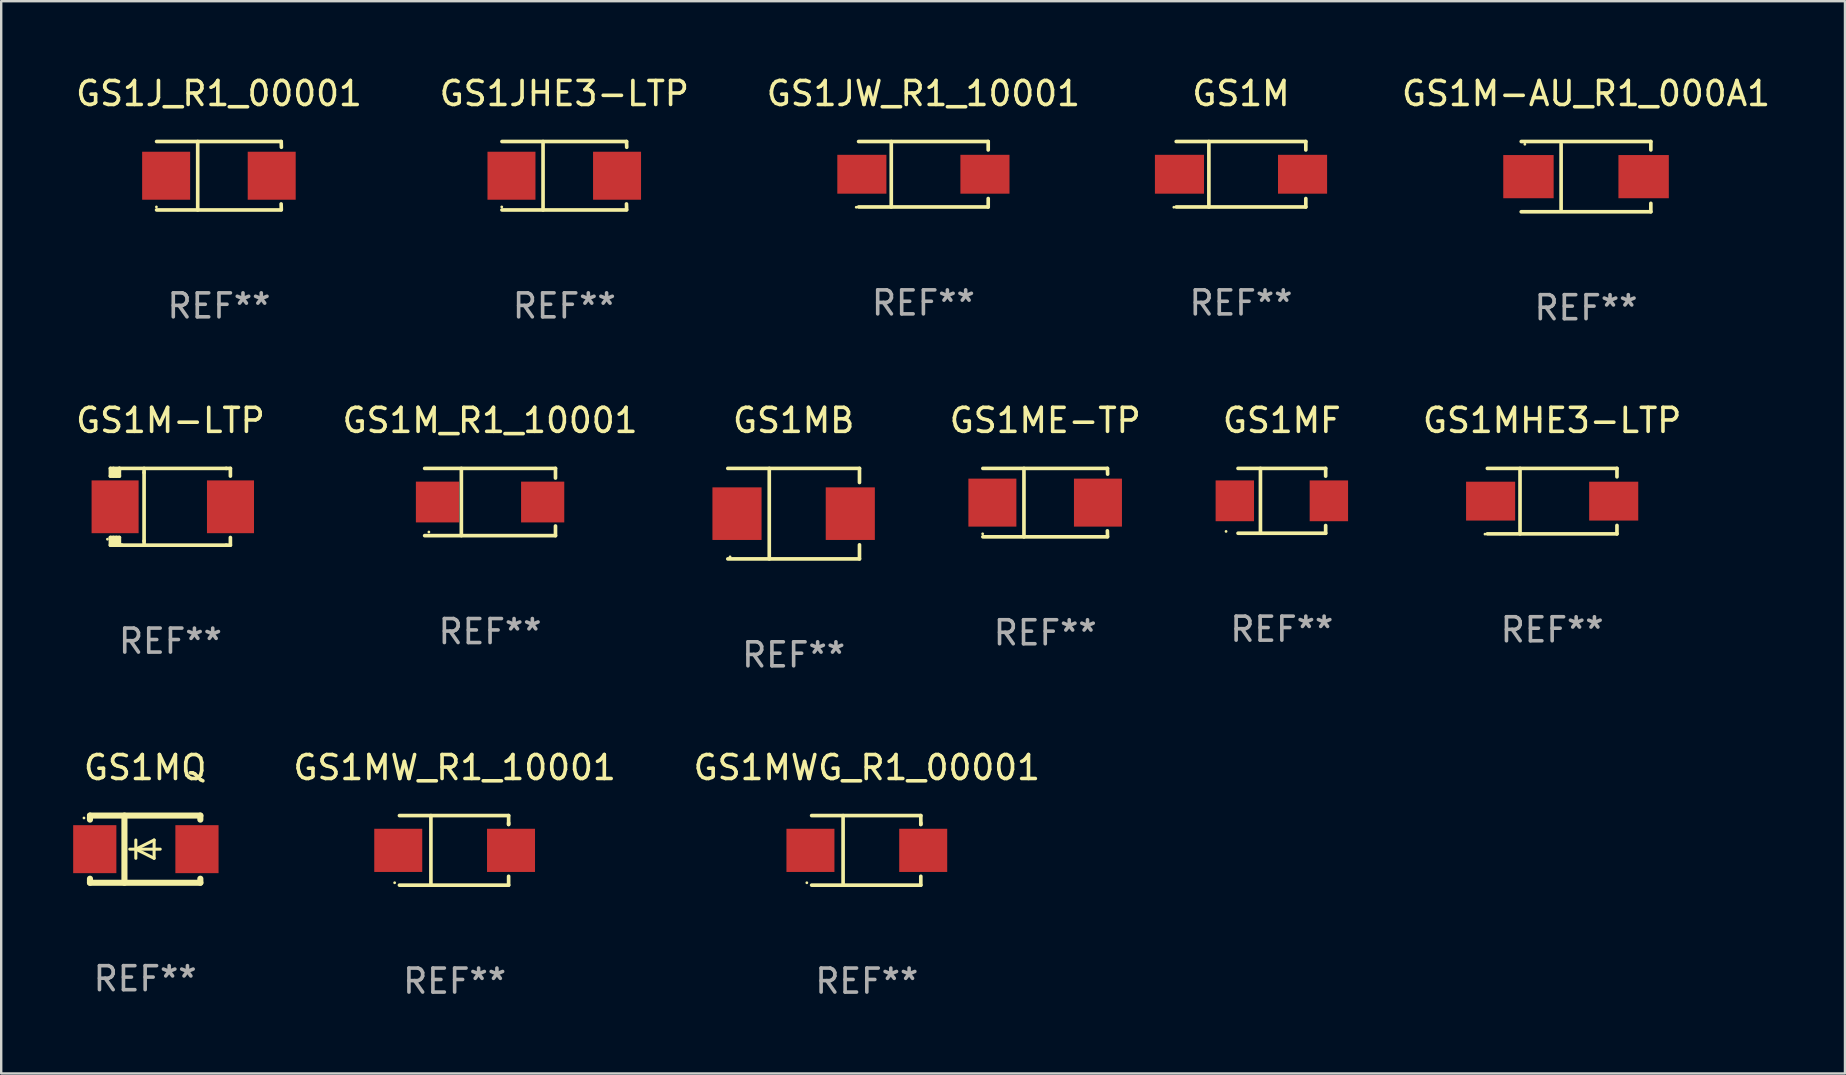
<source format=kicad_pcb>
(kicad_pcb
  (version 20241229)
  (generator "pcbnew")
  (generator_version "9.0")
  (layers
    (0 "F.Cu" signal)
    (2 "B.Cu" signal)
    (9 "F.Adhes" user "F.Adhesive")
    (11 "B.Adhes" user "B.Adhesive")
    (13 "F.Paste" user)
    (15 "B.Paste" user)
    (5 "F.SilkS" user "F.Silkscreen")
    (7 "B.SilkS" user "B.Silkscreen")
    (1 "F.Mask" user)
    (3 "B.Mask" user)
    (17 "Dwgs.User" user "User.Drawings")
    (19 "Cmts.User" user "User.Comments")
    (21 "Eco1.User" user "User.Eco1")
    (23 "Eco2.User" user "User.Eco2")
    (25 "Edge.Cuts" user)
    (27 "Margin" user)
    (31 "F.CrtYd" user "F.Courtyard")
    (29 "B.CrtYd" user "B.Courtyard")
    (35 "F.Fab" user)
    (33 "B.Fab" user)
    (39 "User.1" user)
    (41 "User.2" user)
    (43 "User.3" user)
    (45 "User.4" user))
  (footprint "GS1MF"
    (layer "F.Cu")
    (at 50.374 17.823)
    (property "Reference" "GS1MF" (at 0 -3.351 0) (layer "F.SilkS") (effects (font (size 1 1) (thickness 0.15))))
    (attr through_hole)
    (fp_line (start -1.826 -1.351) (end 1.826 -1.351) (stroke (width 0.152) (type solid)) (layer "F.SilkS"))
    (fp_line (start -1.826 1.351) (end 1.826 1.351) (stroke (width 0.152) (type solid)) (layer "F.SilkS"))
    (fp_line (start -0.892 -1.351) (end -0.892 1.351) (stroke (width 0.152) (type solid)) (layer "F.SilkS"))
    (fp_line (start 1.826 -1.351) (end 1.826 -1.03) (stroke (width 0.152) (type solid)) (layer "F.SilkS"))
    (fp_line (start 1.826 1.03) (end 1.826 1.351) (stroke (width 0.152) (type solid)) (layer "F.SilkS"))
    (fp_circle (center -2.325 1.275) (end -2.295 1.275) (stroke (width 0.06) (type solid)) (fill no) (layer "F.SilkS"))
    (fp_text user "REF**" (at 0 5.351 0) (layer "F.Fab") (effects (font (size 1 1) (thickness 0.15))))
    (pad "1" smd rect (at -1.96 0 180) (size 1.6 1.7) (layers "F.Cu" "F.Mask" "F.Paste"))
    (pad "2" smd rect (at 1.96 0 180) (size 1.6 1.7) (layers "F.Cu" "F.Mask" "F.Paste")))
  (footprint "GS1MB"
    (layer "F.Cu")
    (at 30.027 18.358)
    (property "Reference" "GS1MB" (at 0 -3.886 0) (layer "F.SilkS") (effects (font (size 1 1) (thickness 0.15))))
    (attr through_hole)
    (fp_line (start -2.744 -1.886) (end 2.744 -1.886) (stroke (width 0.152) (type solid)) (layer "F.SilkS"))
    (fp_line (start -2.744 1.886) (end 2.744 1.886) (stroke (width 0.152) (type solid)) (layer "F.SilkS"))
    (fp_line (start -1.016 -1.886) (end -1.016 1.886) (stroke (width 0.152) (type solid)) (layer "F.SilkS"))
    (fp_line (start 2.744 -1.886) (end 2.744 -1.299) (stroke (width 0.152) (type solid)) (layer "F.SilkS"))
    (fp_line (start 2.744 1.886) (end 2.744 1.299) (stroke (width 0.152) (type solid)) (layer "F.SilkS"))
    (fp_circle (center -2.65 1.8) (end -2.62 1.8) (stroke (width 0.06) (type solid)) (fill no) (layer "F.SilkS"))
    (fp_text user "REF**" (at 0 5.886 0) (layer "F.Fab") (effects (font (size 1 1) (thickness 0.15))))
    (pad "1" smd rect (at -2.361 0) (size 2.047 2.192) (layers "F.Cu" "F.Mask" "F.Paste"))
    (pad "2" smd rect (at 2.361 0) (size 2.047 2.192) (layers "F.Cu" "F.Mask" "F.Paste")))
  (footprint "GS1M"
    (layer "F.Cu")
    (at 48.672 4.212)
    (property "Reference" "GS1M" (at 0 -3.364 0) (layer "F.SilkS") (effects (font (size 1 1) (thickness 0.15))))
    (attr through_hole)
    (fp_line (start -2.701 -1.364) (end 2.701 -1.364) (stroke (width 0.152) (type solid)) (layer "F.SilkS"))
    (fp_line (start -2.701 1.364) (end 2.701 1.364) (stroke (width 0.152) (type solid)) (layer "F.SilkS"))
    (fp_line (start -1.339 -1.364) (end -1.339 1.364) (stroke (width 0.152) (type solid)) (layer "F.SilkS"))
    (fp_line (start 2.701 -1.364) (end 2.701 -1.013) (stroke (width 0.152) (type solid)) (layer "F.SilkS"))
    (fp_line (start 2.701 1.364) (end 2.701 1.013) (stroke (width 0.152) (type solid)) (layer "F.SilkS"))
    (fp_circle (center -2.8 1.375) (end -2.77 1.375) (stroke (width 0.06) (type solid)) (fill no) (layer "F.SilkS"))
    (fp_text user "REF**" (at 0 5.364 0) (layer "F.Fab") (effects (font (size 1 1) (thickness 0.15))))
    (pad "1" smd rect (at -2.565 -0.000025) (size 2.046 1.62) (layers "F.Cu" "F.Mask" "F.Paste"))
    (pad "2" smd rect (at 2.565 -0.000025) (size 2.046 1.62) (layers "F.Cu" "F.Mask" "F.Paste")))
  (footprint "GS1JW_R1_10001"
    (layer "F.Cu")
    (at 35.435 4.212)
    (property "Reference" "GS1JW_R1_10001" (at 0 -3.364 0) (layer "F.SilkS") (effects (font (size 1 1) (thickness 0.15))))
    (attr through_hole)
    (fp_line (start -2.701 -1.364) (end 2.701 -1.364) (stroke (width 0.152) (type solid)) (layer "F.SilkS"))
    (fp_line (start -2.701 1.364) (end 2.701 1.364) (stroke (width 0.152) (type solid)) (layer "F.SilkS"))
    (fp_line (start -1.339 -1.364) (end -1.339 1.364) (stroke (width 0.152) (type solid)) (layer "F.SilkS"))
    (fp_line (start 2.701 -1.364) (end 2.701 -1.013) (stroke (width 0.152) (type solid)) (layer "F.SilkS"))
    (fp_line (start 2.701 1.364) (end 2.701 1.013) (stroke (width 0.152) (type solid)) (layer "F.SilkS"))
    (fp_circle (center -2.8 1.375) (end -2.77 1.375) (stroke (width 0.06) (type solid)) (fill no) (layer "F.SilkS"))
    (fp_text user "REF**" (at 0 5.364 0) (layer "F.Fab") (effects (font (size 1 1) (thickness 0.15))))
    (pad "1" smd rect (at -2.565 -0.000025) (size 2.046 1.62) (layers "F.Cu" "F.Mask" "F.Paste"))
    (pad "2" smd rect (at 2.565 -0.000025) (size 2.046 1.62) (layers "F.Cu" "F.Mask" "F.Paste")))
  (footprint "GS1J_R1_00001"
    (layer "F.Cu")
    (at 6.077 4.274)
    (property "Reference" "GS1J_R1_00001" (at 0 -3.426 0) (layer "F.SilkS") (effects (font (size 1 1) (thickness 0.15))))
    (attr through_hole)
    (fp_line (start -2.6 -1.426) (end 2.593 -1.426) (stroke (width 0.152) (type solid)) (layer "F.SilkS"))
    (fp_line (start -2.6 1.426) (end 2.593 1.426) (stroke (width 0.152) (type solid)) (layer "F.SilkS"))
    (fp_line (start -0.887 -1.426) (end -0.887 1.426) (stroke (width 0.152) (type solid)) (layer "F.SilkS"))
    (fp_line (start 2.59 1.176) (end 2.597 1.415) (stroke (width 0.152) (type solid)) (layer "F.SilkS"))
    (fp_line (start 2.593 -1.426) (end 2.6 -1.187) (stroke (width 0.152) (type solid)) (layer "F.SilkS"))
    (fp_circle (center -2.608 1.3) (end -2.578 1.3) (stroke (width 0.06) (type solid)) (fill no) (layer "F.SilkS"))
    (fp_text user "REF**" (at 0 5.426 0) (layer "F.Fab") (effects (font (size 1 1) (thickness 0.15))))
    (pad "1" smd rect (at -2.203 0 180) (size 2 2) (layers "F.Cu" "F.Mask" "F.Paste"))
    (pad "2" smd rect (at 2.197 0 180) (size 2 2) (layers "F.Cu" "F.Mask" "F.Paste")))
  (footprint "GS1M_R1_10001"
    (layer "F.Cu")
    (at 17.375 17.873)
    (property "Reference" "GS1M_R1_10001" (at 0 -3.401 0) (layer "F.SilkS") (effects (font (size 1 1) (thickness 0.15))))
    (attr through_hole)
    (fp_line (start -2.726 -1.401) (end 2.726 -1.401) (stroke (width 0.152) (type solid)) (layer "F.SilkS"))
    (fp_line (start -2.726 1.401) (end 2.726 1.401) (stroke (width 0.152) (type solid)) (layer "F.SilkS"))
    (fp_line (start -1.197 -1.401) (end -1.197 1.401) (stroke (width 0.152) (type solid)) (layer "F.SilkS"))
    (fp_line (start 2.726 -1.401) (end 2.726 -1) (stroke (width 0.152) (type solid)) (layer "F.SilkS"))
    (fp_line (start 2.726 1.401) (end 2.726 1) (stroke (width 0.152) (type solid)) (layer "F.SilkS"))
    (fp_circle (center -2.55 1.25) (end -2.52 1.25) (stroke (width 0.06) (type solid)) (fill no) (layer "F.SilkS"))
    (fp_text user "REF**" (at 0 5.401 0) (layer "F.Fab") (effects (font (size 1 1) (thickness 0.15))))
    (pad "1" smd rect (at -2.192 0) (size 1.8 1.7) (layers "F.Cu" "F.Mask" "F.Paste"))
    (pad "2" smd rect (at 2.192 0) (size 1.8 1.7) (layers "F.Cu" "F.Mask" "F.Paste")))
  (footprint "GS1MHE3-LTP"
    (layer "F.Cu")
    (at 61.64 17.836)
    (property "Reference" "GS1MHE3-LTP" (at 0 -3.364 0) (layer "F.SilkS") (effects (font (size 1 1) (thickness 0.15))))
    (attr through_hole)
    (fp_line (start -2.701 -1.364) (end 2.701 -1.364) (stroke (width 0.152) (type solid)) (layer "F.SilkS"))
    (fp_line (start -2.701 1.364) (end 2.701 1.364) (stroke (width 0.152) (type solid)) (layer "F.SilkS"))
    (fp_line (start -1.339 -1.364) (end -1.339 1.364) (stroke (width 0.152) (type solid)) (layer "F.SilkS"))
    (fp_line (start 2.701 -1.364) (end 2.701 -1.013) (stroke (width 0.152) (type solid)) (layer "F.SilkS"))
    (fp_line (start 2.701 1.364) (end 2.701 1.013) (stroke (width 0.152) (type solid)) (layer "F.SilkS"))
    (fp_circle (center -2.8 1.375) (end -2.77 1.375) (stroke (width 0.06) (type solid)) (fill no) (layer "F.SilkS"))
    (fp_text user "REF**" (at 0 5.364 0) (layer "F.Fab") (effects (font (size 1 1) (thickness 0.15))))
    (pad "1" smd rect (at -2.565 -0.000025) (size 2.046 1.62) (layers "F.Cu" "F.Mask" "F.Paste"))
    (pad "2" smd rect (at 2.565 -0.000025) (size 2.046 1.62) (layers "F.Cu" "F.Mask" "F.Paste")))
  (footprint "GS1JHE3-LTP"
    (layer "F.Cu")
    (at 20.47 4.274)
    (property "Reference" "GS1JHE3-LTP" (at 0 -3.426 0) (layer "F.SilkS") (effects (font (size 1 1) (thickness 0.15))))
    (attr through_hole)
    (fp_line (start -2.6 -1.426) (end 2.593 -1.426) (stroke (width 0.152) (type solid)) (layer "F.SilkS"))
    (fp_line (start -2.6 1.426) (end 2.593 1.426) (stroke (width 0.152) (type solid)) (layer "F.SilkS"))
    (fp_line (start -0.887 -1.426) (end -0.887 1.426) (stroke (width 0.152) (type solid)) (layer "F.SilkS"))
    (fp_line (start 2.59 1.176) (end 2.597 1.415) (stroke (width 0.152) (type solid)) (layer "F.SilkS"))
    (fp_line (start 2.593 -1.426) (end 2.6 -1.187) (stroke (width 0.152) (type solid)) (layer "F.SilkS"))
    (fp_circle (center -2.608 1.3) (end -2.578 1.3) (stroke (width 0.06) (type solid)) (fill no) (layer "F.SilkS"))
    (fp_text user "REF**" (at 0 5.426 0) (layer "F.Fab") (effects (font (size 1 1) (thickness 0.15))))
    (pad "1" smd rect (at -2.203 0 180) (size 2 2) (layers "F.Cu" "F.Mask" "F.Paste"))
    (pad "2" smd rect (at 2.197 0 180) (size 2 2) (layers "F.Cu" "F.Mask" "F.Paste")))
  (footprint "GS1MW_R1_10001"
    (layer "F.Cu")
    (at 15.898 32.391)
    (property "Reference" "GS1MW_R1_10001" (at 0 -3.45 0) (layer "F.SilkS") (effects (font (size 1 1) (thickness 0.15))))
    (attr through_hole)
    (fp_line (start -2.3 -1.45) (end 2.25 -1.45) (stroke (width 0.152) (type solid)) (layer "F.SilkS"))
    (fp_line (start -0.989 -1.45) (end -0.989 1.45) (stroke (width 0.152) (type solid)) (layer "F.SilkS"))
    (fp_line (start 2.25 -1.45) (end 2.25 -1.08) (stroke (width 0.152) (type solid)) (layer "F.SilkS"))
    (fp_line (start 2.25 -1.08) (end 2.25 -1.142) (stroke (width 0.152) (type solid)) (layer "F.SilkS"))
    (fp_line (start 2.25 1.45) (end -2.3 1.45) (stroke (width 0.152) (type solid)) (layer "F.SilkS"))
    (fp_line (start 2.25 1.45) (end 2.25 1.08) (stroke (width 0.152) (type solid)) (layer "F.SilkS"))
    (fp_circle (center -2.5 1.35) (end -2.47 1.35) (stroke (width 0.06) (type solid)) (fill no) (layer "F.SilkS"))
    (fp_text user "REF**" (at 0 5.45 0) (layer "F.Fab") (effects (font (size 1 1) (thickness 0.15))))
    (pad "1" smd rect (at -2.35 0.000025) (size 2 1.8) (layers "F.Cu" "F.Mask" "F.Paste"))
    (pad "2" smd rect (at 2.35 0.000025) (size 2 1.8) (layers "F.Cu" "F.Mask" "F.Paste")))
  (footprint "GS1MQ"
    (layer "F.Cu")
    (at 3 32.341)
    (property "Reference" "GS1MQ" (at 0 -3.4 0) (layer "F.SilkS") (effects (font (size 1 1) (thickness 0.15))))
    (attr through_hole)
    (fp_line (start -2.3 -1.4) (end -2.3 -1.231) (stroke (width 0.254) (type solid)) (layer "F.SilkS"))
    (fp_line (start -2.3 -1.4) (end 2.3 -1.4) (stroke (width 0.254) (type solid)) (layer "F.SilkS"))
    (fp_line (start -2.3 1.231) (end -2.3 1.4) (stroke (width 0.254) (type solid)) (layer "F.SilkS"))
    (fp_line (start -2.3 1.4) (end 2.3 1.4) (stroke (width 0.254) (type solid)) (layer "F.SilkS"))
    (fp_line (start -0.864 1.4) (end -0.864 -1.4) (stroke (width 0.254) (type solid)) (layer "F.SilkS"))
    (fp_line (start -0.389 0) (end -0.389 -0.381) (stroke (width 0.127) (type solid)) (layer "F.SilkS"))
    (fp_line (start -0.389 0) (end -0.389 0.381) (stroke (width 0.127) (type solid)) (layer "F.SilkS"))
    (fp_line (start 0.373 -0.381) (end -0.389 0) (stroke (width 0.127) (type solid)) (layer "F.SilkS"))
    (fp_line (start 0.373 0) (end 0.373 -0.381) (stroke (width 0.127) (type solid)) (layer "F.SilkS"))
    (fp_line (start 0.373 0) (end 0.373 0.381) (stroke (width 0.127) (type solid)) (layer "F.SilkS"))
    (fp_line (start 0.373 0.381) (end -0.389 0) (stroke (width 0.127) (type solid)) (layer "F.SilkS"))
    (fp_line (start 0.627 0) (end -0.643 0) (stroke (width 0.127) (type solid)) (layer "F.SilkS"))
    (fp_line (start 2.3 -1.4) (end 2.3 -1.231) (stroke (width 0.254) (type solid)) (layer "F.SilkS"))
    (fp_line (start 2.3 1.231) (end 2.3 1.4) (stroke (width 0.254) (type solid)) (layer "F.SilkS"))
    (fp_circle (center -2.55 -1.3) (end -2.52 -1.3) (stroke (width 0.06) (type solid)) (fill no) (layer "F.SilkS"))
    (fp_text user "REF**" (at 0 5.4 0) (layer "F.Fab") (effects (font (size 1 1) (thickness 0.15))))
    (pad "1" smd rect (at -2.1 0 180) (size 1.8 2) (layers "F.Cu" "F.Mask" "F.Paste"))
    (pad "2" smd rect (at 2.159 0 180) (size 1.8 2) (layers "F.Cu" "F.Mask" "F.Paste")))
  (footprint "GS1MWG_R1_00001"
    (layer "F.Cu")
    (at 33.077 32.391)
    (property "Reference" "GS1MWG_R1_00001" (at 0 -3.45 0) (layer "F.SilkS") (effects (font (size 1 1) (thickness 0.15))))
    (attr through_hole)
    (fp_line (start -2.3 -1.45) (end 2.25 -1.45) (stroke (width 0.152) (type solid)) (layer "F.SilkS"))
    (fp_line (start -0.989 -1.45) (end -0.989 1.45) (stroke (width 0.152) (type solid)) (layer "F.SilkS"))
    (fp_line (start 2.25 -1.45) (end 2.25 -1.08) (stroke (width 0.152) (type solid)) (layer "F.SilkS"))
    (fp_line (start 2.25 -1.08) (end 2.25 -1.142) (stroke (width 0.152) (type solid)) (layer "F.SilkS"))
    (fp_line (start 2.25 1.45) (end -2.3 1.45) (stroke (width 0.152) (type solid)) (layer "F.SilkS"))
    (fp_line (start 2.25 1.45) (end 2.25 1.08) (stroke (width 0.152) (type solid)) (layer "F.SilkS"))
    (fp_circle (center -2.5 1.35) (end -2.47 1.35) (stroke (width 0.06) (type solid)) (fill no) (layer "F.SilkS"))
    (fp_text user "REF**" (at 0 5.45 0) (layer "F.Fab") (effects (font (size 1 1) (thickness 0.15))))
    (pad "1" smd rect (at -2.35 0.000025) (size 2 1.8) (layers "F.Cu" "F.Mask" "F.Paste"))
    (pad "2" smd rect (at 2.35 0.000025) (size 2 1.8) (layers "F.Cu" "F.Mask" "F.Paste")))
  (footprint "GS1ME-TP"
    (layer "F.Cu")
    (at 40.513 17.898)
    (property "Reference" "GS1ME-TP" (at 0 -3.426 0) (layer "F.SilkS") (effects (font (size 1 1) (thickness 0.15))))
    (attr through_hole)
    (fp_line (start -2.6 -1.426) (end 2.593 -1.426) (stroke (width 0.152) (type solid)) (layer "F.SilkS"))
    (fp_line (start -2.6 1.426) (end 2.593 1.426) (stroke (width 0.152) (type solid)) (layer "F.SilkS"))
    (fp_line (start -0.887 -1.426) (end -0.887 1.426) (stroke (width 0.152) (type solid)) (layer "F.SilkS"))
    (fp_line (start 2.59 1.176) (end 2.597 1.415) (stroke (width 0.152) (type solid)) (layer "F.SilkS"))
    (fp_line (start 2.593 -1.426) (end 2.6 -1.187) (stroke (width 0.152) (type solid)) (layer "F.SilkS"))
    (fp_circle (center -2.608 1.3) (end -2.578 1.3) (stroke (width 0.06) (type solid)) (fill no) (layer "F.SilkS"))
    (fp_text user "REF**" (at 0 5.426 0) (layer "F.Fab") (effects (font (size 1 1) (thickness 0.15))))
    (pad "1" smd rect (at -2.203 0 180) (size 2 2) (layers "F.Cu" "F.Mask" "F.Paste"))
    (pad "2" smd rect (at 2.197 0 180) (size 2 2) (layers "F.Cu" "F.Mask" "F.Paste")))
  (footprint "GS1M-AU_R1_000A1"
    (layer "F.Cu")
    (at 63.052 4.312)
    (property "Reference" "GS1M-AU_R1_000A1" (at 0 -3.464 0) (layer "F.SilkS") (effects (font (size 1 1) (thickness 0.15))))
    (attr through_hole)
    (fp_line (start -2.701 -1.464) (end 2.701 -1.464) (stroke (width 0.152) (type solid)) (layer "F.SilkS"))
    (fp_line (start -2.701 1.464) (end 2.701 1.464) (stroke (width 0.152) (type solid)) (layer "F.SilkS"))
    (fp_line (start -1.039 -1.364) (end -1.039 1.364) (stroke (width 0.152) (type solid)) (layer "F.SilkS"))
    (fp_line (start 2.701 -1.464) (end 2.701 -1.113) (stroke (width 0.152) (type solid)) (layer "F.SilkS"))
    (fp_line (start 2.701 1.464) (end 2.701 1.113) (stroke (width 0.152) (type solid)) (layer "F.SilkS"))
    (fp_circle (center -2.55 -1.35) (end -2.52 -1.35) (stroke (width 0.06) (type solid)) (fill no) (layer "F.SilkS"))
    (fp_text user "REF**" (at 0 5.464 0) (layer "F.Fab") (effects (font (size 1 1) (thickness 0.15))))
    (pad "1" smd rect (at -2.4 0) (size 2.1 1.8) (layers "F.Cu" "F.Mask" "F.Paste"))
    (pad "2" smd rect (at 2.4 0) (size 2.1 1.8) (layers "F.Cu" "F.Mask" "F.Paste")))
  (footprint "GS1M-LTP"
    (layer "F.Cu")
    (at 4.054 18.072)
    (property "Reference" "GS1M-LTP" (at 0 -3.6 0) (layer "F.SilkS") (effects (font (size 1 1) (thickness 0.15))))
    (attr through_hole)
    (fp_line (start -2.502 -1.6) (end -2.502 -1.28) (stroke (width 0.152) (type solid)) (layer "F.SilkS"))
    (fp_line (start -2.502 -1.28) (end -2.129 -1.28) (stroke (width 0.152) (type solid)) (layer "F.SilkS"))
    (fp_line (start -2.502 1.28) (end -2.502 1.6) (stroke (width 0.152) (type solid)) (layer "F.SilkS"))
    (fp_line (start -2.502 1.28) (end -2.129 1.28) (stroke (width 0.152) (type solid)) (layer "F.SilkS"))
    (fp_line (start -2.502 1.6) (end -2.029 1.6) (stroke (width 0.152) (type solid)) (layer "F.SilkS"))
    (fp_line (start -2.377 -1.6) (end -2.377 -1.28) (stroke (width 0.152) (type solid)) (layer "F.SilkS"))
    (fp_line (start -2.377 1.28) (end -2.377 1.6) (stroke (width 0.152) (type solid)) (layer "F.SilkS"))
    (fp_line (start -2.254 -1.535) (end -2.254 -1.535) (stroke (width 0.152) (type solid)) (layer "F.SilkS"))
    (fp_line (start -2.254 -1.535) (end -2.129 -1.535) (stroke (width 0.152) (type solid)) (layer "F.SilkS"))
    (fp_line (start -2.254 -1.28) (end -2.254 -1.535) (stroke (width 0.152) (type solid)) (layer "F.SilkS"))
    (fp_line (start -2.254 1.6) (end -2.254 1.28) (stroke (width 0.152) (type solid)) (layer "F.SilkS"))
    (fp_line (start -2.129 -1.6) (end -2.502 -1.6) (stroke (width 0.152) (type solid)) (layer "F.SilkS"))
    (fp_line (start -2.129 -1.28) (end -2.129 -1.6) (stroke (width 0.152) (type solid)) (layer "F.SilkS"))
    (fp_line (start -2.129 1.6) (end -2.129 1.28) (stroke (width 0.152) (type solid)) (layer "F.SilkS"))
    (fp_line (start -1.099 -1.426) (end -1.099 -1.6) (stroke (width 0.152) (type solid)) (layer "F.SilkS"))
    (fp_line (start -1.099 1.426) (end -1.099 -1.426) (stroke (width 0.152) (type solid)) (layer "F.SilkS"))
    (fp_line (start -1.099 1.426) (end -1.099 1.6) (stroke (width 0.152) (type solid)) (layer "F.SilkS"))
    (fp_line (start 2.324 -1.6) (end -2.129 -1.6) (stroke (width 0.152) (type solid)) (layer "F.SilkS"))
    (fp_line (start 2.324 -1.6) (end 2.498 -1.6) (stroke (width 0.152) (type solid)) (layer "F.SilkS"))
    (fp_line (start 2.324 1.6) (end -2.129 1.6) (stroke (width 0.152) (type solid)) (layer "F.SilkS"))
    (fp_line (start 2.498 -1.6) (end 2.498 -1.28) (stroke (width 0.152) (type solid)) (layer "F.SilkS"))
    (fp_line (start 2.498 1.28) (end 2.498 1.6) (stroke (width 0.152) (type solid)) (layer "F.SilkS"))
    (fp_line (start 2.498 1.6) (end 2.324 1.6) (stroke (width 0.152) (type solid)) (layer "F.SilkS"))
    (fp_circle (center -2.627 1.35) (end -2.597 1.35) (stroke (width 0.06) (type solid)) (fill no) (layer "F.SilkS"))
    (fp_text user "REF**" (at 0 5.6 0) (layer "F.Fab") (effects (font (size 1 1) (thickness 0.15))))
    (pad "1" smd rect (at -2.307 0 180) (size 1.96 2.2) (layers "F.Cu" "F.Mask" "F.Paste"))
    (pad "2" smd rect (at 2.502 0 180) (size 1.96 2.2) (layers "F.Cu" "F.Mask" "F.Paste")))
  (gr_rect
    (start -3 -3)
    (end 73.844 41.689)
    (stroke (width 0.1) (type default))
    (fill no)
    (layer "Edge.Cuts")))
</source>
